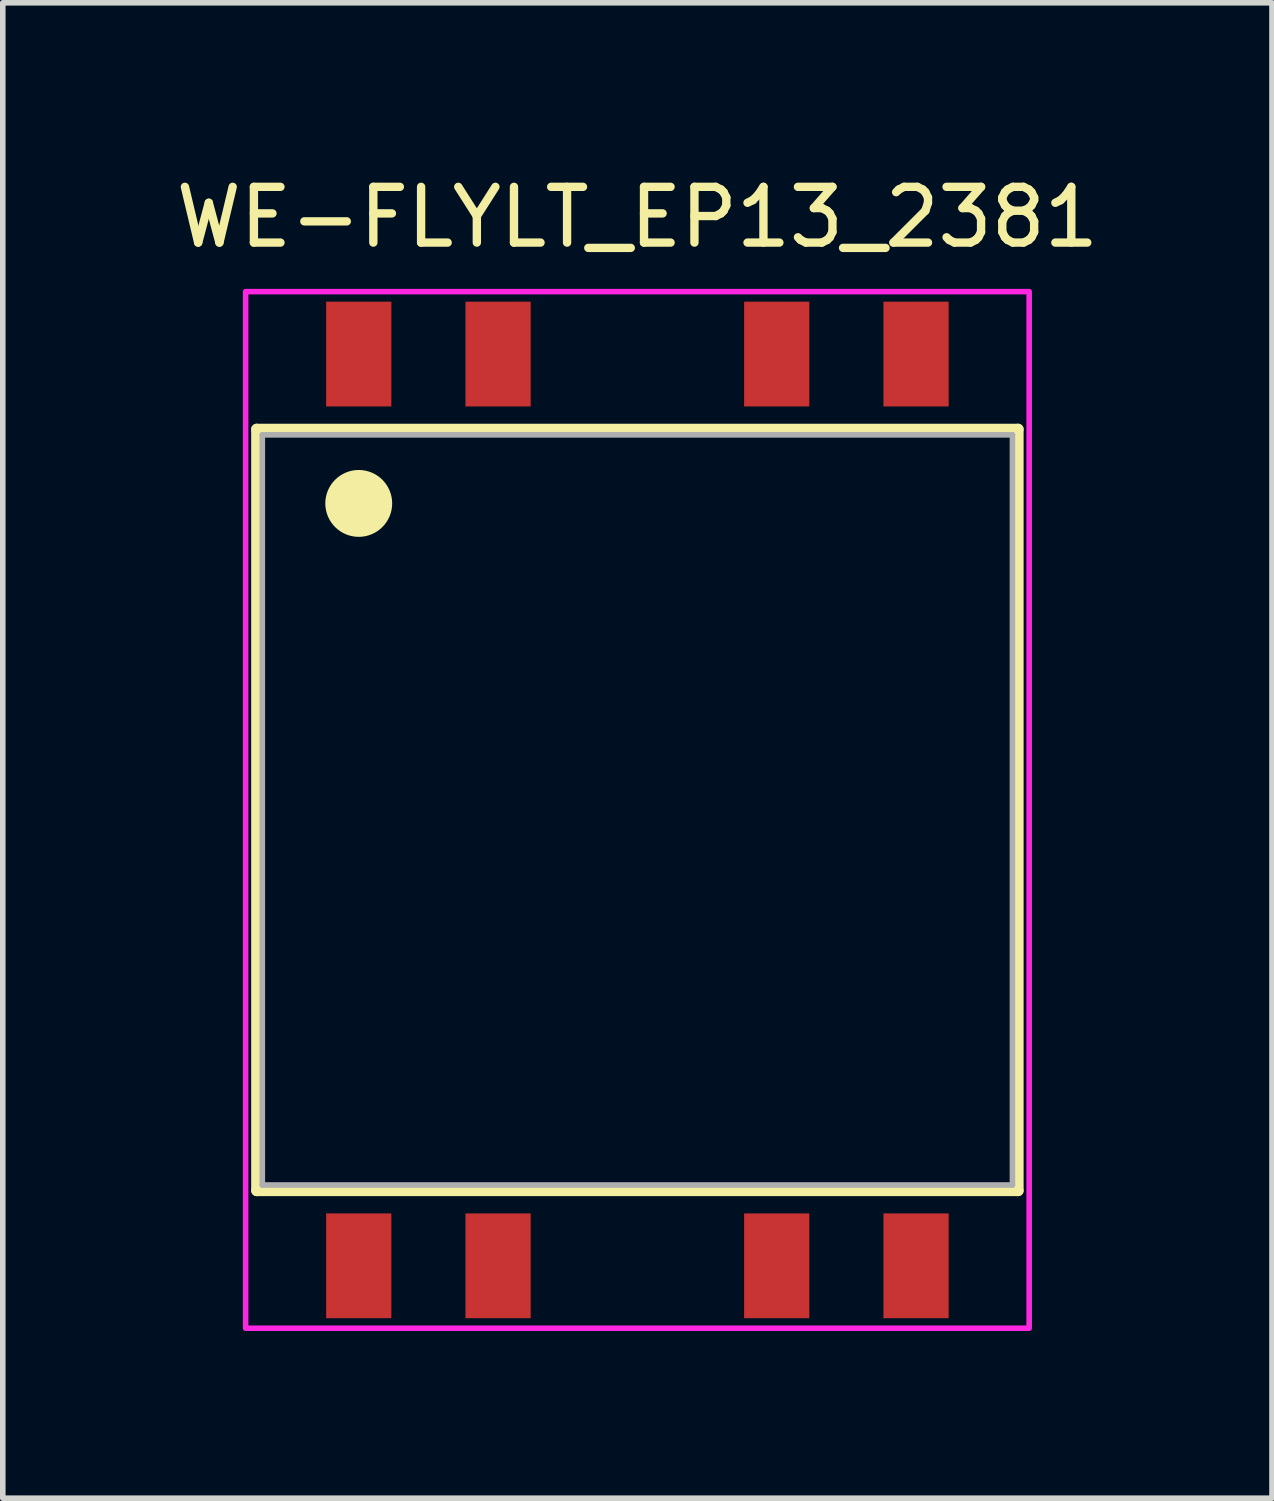
<source format=kicad_pcb>
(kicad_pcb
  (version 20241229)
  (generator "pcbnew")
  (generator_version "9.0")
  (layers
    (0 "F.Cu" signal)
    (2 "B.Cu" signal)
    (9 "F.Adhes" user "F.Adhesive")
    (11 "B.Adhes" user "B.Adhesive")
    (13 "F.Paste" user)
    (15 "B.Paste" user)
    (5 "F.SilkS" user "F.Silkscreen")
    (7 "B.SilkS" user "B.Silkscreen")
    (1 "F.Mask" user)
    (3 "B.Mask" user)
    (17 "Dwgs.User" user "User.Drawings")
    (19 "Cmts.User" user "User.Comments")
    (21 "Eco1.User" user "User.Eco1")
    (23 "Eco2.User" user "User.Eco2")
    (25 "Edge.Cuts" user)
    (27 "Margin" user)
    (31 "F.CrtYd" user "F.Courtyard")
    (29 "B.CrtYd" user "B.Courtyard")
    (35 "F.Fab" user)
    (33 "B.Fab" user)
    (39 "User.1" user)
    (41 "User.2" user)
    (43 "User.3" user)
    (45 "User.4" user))
  (footprint "WE-FLYLT_EP13_2381"
    (layer "F.Cu")
    (at 8.387 11.483)
    (property "Reference" "WE-FLYLT_EP13_2381" (at 0 -10.635 0) (layer "F.SilkS") (effects (font (size 1 1) (thickness 0.15))))
    (attr smd)
    (fp_line (start -6.83 -6.83) (end 6.83 -6.83) (stroke (width 0.2) (type solid)) (layer "F.SilkS"))
    (fp_line (start -6.83 6.83) (end -6.83 -6.83) (stroke (width 0.2) (type solid)) (layer "F.SilkS"))
    (fp_line (start 6.83 -6.83) (end 6.83 6.83) (stroke (width 0.2) (type solid)) (layer "F.SilkS"))
    (fp_line (start 6.83 6.83) (end -6.83 6.83) (stroke (width 0.2) (type solid)) (layer "F.SilkS"))
    (fp_circle (center -5 -5.5) (end -4.7 -5.5) (stroke (width 0.6) (type solid)) (fill no) (layer "F.SilkS"))
    (fp_poly (pts (xy 7.03 -9.3) (xy 7.03 9.3) (xy -7.03 9.3) (xy -7.03 -9.3)) (stroke (width 0.1) (type solid)) (fill no) (layer "F.CrtYd"))
    (fp_line (start -6.73 -6.73) (end -6.73 6.73) (stroke (width 0.1) (type solid)) (layer "F.Fab"))
    (fp_line (start 6.73 -6.73) (end -6.73 -6.73) (stroke (width 0.1) (type solid)) (layer "F.Fab"))
    (fp_line (start 6.73 -6.73) (end 6.73 6.73) (stroke (width 0.1) (type solid)) (layer "F.Fab"))
    (fp_line (start 6.73 6.73) (end -6.73 6.73) (stroke (width 0.1) (type solid)) (layer "F.Fab"))
    (pad "1" smd rect (at -5 -8.18) (size 1.17 1.88) (layers "F.Cu" "F.Mask" "F.Paste"))
    (pad "2" smd rect (at -2.5 -8.18) (size 1.17 1.88) (layers "F.Cu" "F.Mask" "F.Paste"))
    (pad "4" smd rect (at 2.5 -8.18) (size 1.17 1.88) (layers "F.Cu" "F.Mask" "F.Paste"))
    (pad "5" smd rect (at 5 -8.18) (size 1.17 1.88) (layers "F.Cu" "F.Mask" "F.Paste"))
    (pad "6" smd rect (at 5 8.18) (size 1.17 1.88) (layers "F.Cu" "F.Mask" "F.Paste"))
    (pad "7" smd rect (at 2.5 8.18) (size 1.17 1.88) (layers "F.Cu" "F.Mask" "F.Paste"))
    (pad "9" smd rect (at -2.5 8.18) (size 1.17 1.88) (layers "F.Cu" "F.Mask" "F.Paste"))
    (pad "10" smd rect (at -5 8.18) (size 1.17 1.88) (layers "F.Cu" "F.Mask" "F.Paste")))
  (gr_rect
    (start -3 -3)
    (end 19.774 23.833)
    (stroke (width 0.1) (type default))
    (fill no)
    (layer "Edge.Cuts")))
</source>
